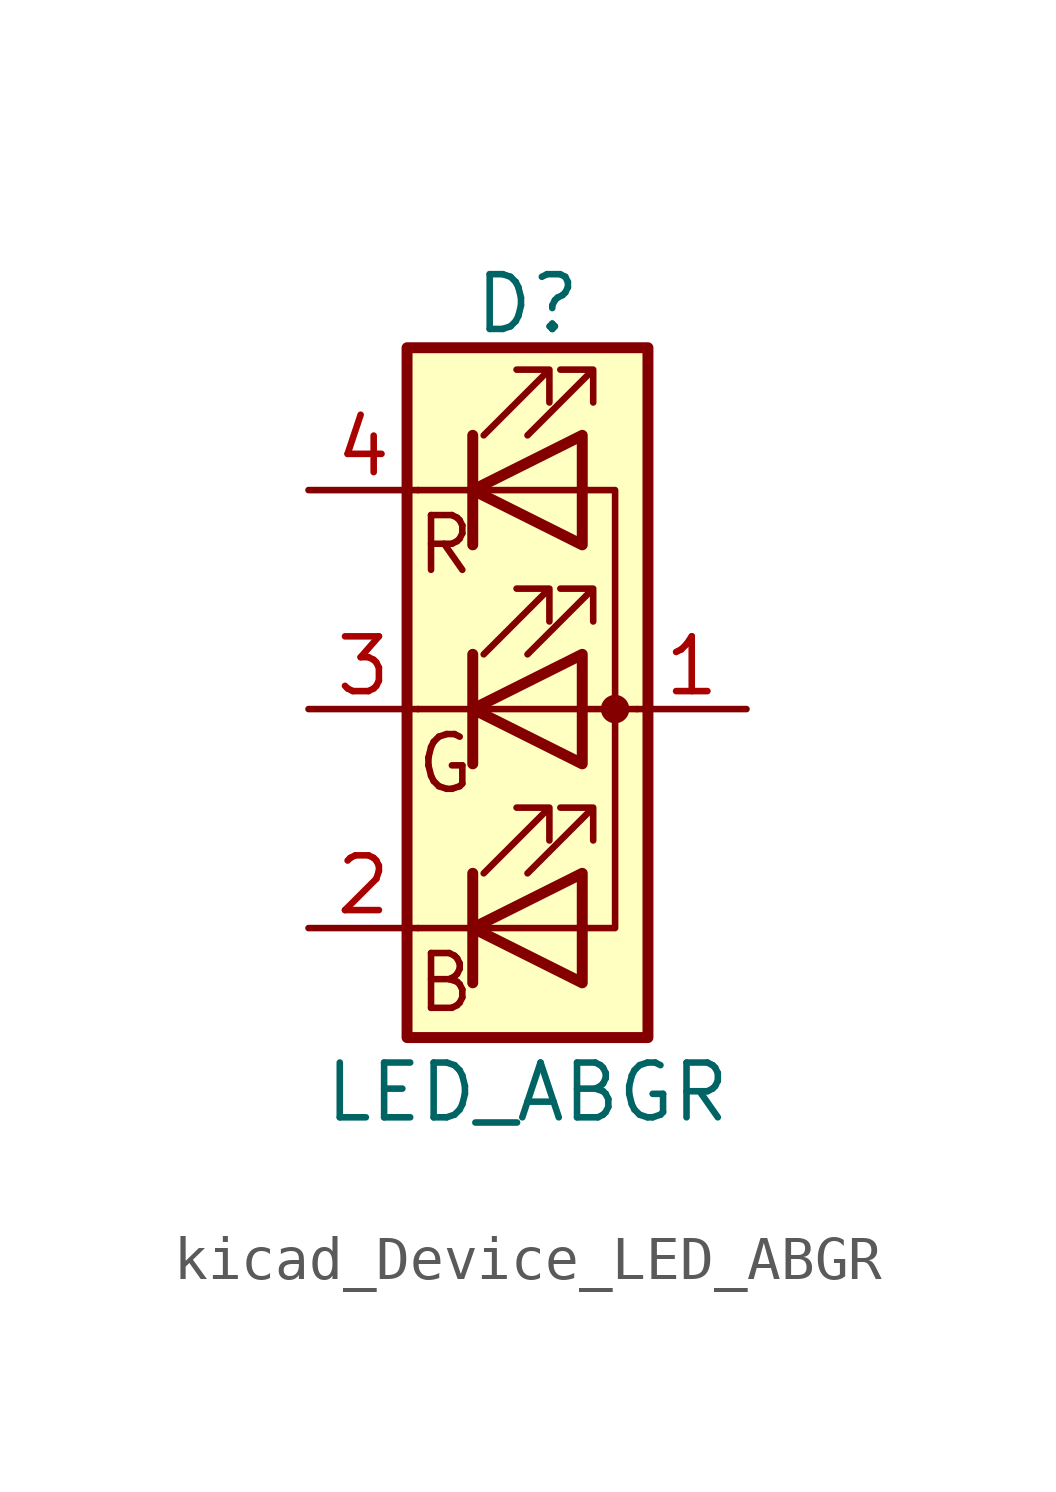
<source format=kicad_sym>
(kicad_symbol_lib
  (version 20220914)
  (generator kicad_symbol_editor)
  (symbol "kicad_Device_LED_ABGR"
    (pin_names
      (offset 0) hide)
    (property "Reference" "D"
      (at 0 9.398 0)
      (effects (font (size 1.27 1.27))))
    (property "Value" "LED_ABGR"
      (at 0 -8.89 0)
      (effects (font (size 1.27 1.27))))
    (symbol "kicad_Device_LED_ABGR_0_0"
      (text "B" (at -1.905 -6.35 0) (effects (font (size 1.27 1.27))))
      (text "G" (at -1.905 -1.27 0) (effects (font (size 1.27 1.27))))
      (text "R" (at -1.905 3.81 0) (effects (font (size 1.27 1.27)))))
    (symbol "kicad_Device_LED_ABGR_0_1"
      (polyline (pts (xy -1.27 -5.08) (xy -2.54 -5.08)) (stroke (width 0) (type default)) (fill (type none)))
      (polyline (pts (xy -1.27 -5.08) (xy 1.27 -5.08)) (stroke (width 0) (type default)) (fill (type none)))
      (polyline (pts (xy -1.27 -3.81) (xy -1.27 -6.35)) (stroke (width 0.254) (type default)) (fill (type none)))
      (polyline (pts (xy -1.27 0) (xy -2.54 0)) (stroke (width 0) (type default)) (fill (type none)))
      (polyline (pts (xy -1.27 1.27) (xy -1.27 -1.27)) (stroke (width 0.254) (type default)) (fill (type none)))
      (polyline (pts (xy -1.27 5.08) (xy -2.54 5.08)) (stroke (width 0) (type default)) (fill (type none)))
      (polyline (pts (xy -1.27 5.08) (xy 1.27 5.08)) (stroke (width 0) (type default)) (fill (type none)))
      (polyline (pts (xy -1.27 6.35) (xy -1.27 3.81)) (stroke (width 0.254) (type default)) (fill (type none)))
      (polyline (pts (xy 1.27 0) (xy -1.27 0)) (stroke (width 0) (type default)) (fill (type none)))
      (polyline (pts (xy 1.27 0) (xy 2.54 0)) (stroke (width 0) (type default)) (fill (type none)))
      (polyline (pts (xy -1.27 1.27) (xy -1.27 -1.27) (xy -1.27 -1.27)) (stroke (width 0) (type default)) (fill (type none)))
      (polyline (pts (xy -1.27 6.35) (xy -1.27 3.81) (xy -1.27 3.81)) (stroke (width 0) (type default)) (fill (type none)))
      (polyline (pts (xy 1.27 -5.08) (xy 2.032 -5.08) (xy 2.032 5.08) (xy 1.27 5.08)) (stroke (width 0) (type default)) (fill (type none)))
      (polyline (pts (xy 1.27 -3.81) (xy 1.27 -6.35) (xy -1.27 -5.08) (xy 1.27 -3.81)) (stroke (width 0.254) (type default)) (fill (type none)))
      (polyline (pts (xy 1.27 1.27) (xy 1.27 -1.27) (xy -1.27 0) (xy 1.27 1.27)) (stroke (width 0.254) (type default)) (fill (type none)))
      (polyline (pts (xy 1.27 6.35) (xy 1.27 3.81) (xy -1.27 5.08) (xy 1.27 6.35)) (stroke (width 0.254) (type default)) (fill (type none)))
      (polyline (pts (xy -1.016 -3.81) (xy 0.508 -2.286) (xy -0.254 -2.286) (xy 0.508 -2.286) (xy 0.508 -3.048)) (stroke (width 0) (type default)) (fill (type none)))
      (polyline (pts (xy -1.016 1.27) (xy 0.508 2.794) (xy -0.254 2.794) (xy 0.508 2.794) (xy 0.508 2.032)) (stroke (width 0) (type default)) (fill (type none)))
      (polyline (pts (xy -1.016 6.35) (xy 0.508 7.874) (xy -0.254 7.874) (xy 0.508 7.874) (xy 0.508 7.112)) (stroke (width 0) (type default)) (fill (type none)))
      (polyline (pts (xy 0 -3.81) (xy 1.524 -2.286) (xy 0.762 -2.286) (xy 1.524 -2.286) (xy 1.524 -3.048)) (stroke (width 0) (type default)) (fill (type none)))
      (polyline (pts (xy 0 1.27) (xy 1.524 2.794) (xy 0.762 2.794) (xy 1.524 2.794) (xy 1.524 2.032)) (stroke (width 0) (type default)) (fill (type none)))
      (polyline (pts (xy 0 6.35) (xy 1.524 7.874) (xy 0.762 7.874) (xy 1.524 7.874) (xy 1.524 7.112)) (stroke (width 0) (type default)) (fill (type none)))
      (rectangle (start 1.27 -1.27) (end 1.27 1.27) (stroke (width 0) (type default)) (fill (type none)))
      (rectangle (start 1.27 1.27) (end 1.27 1.27) (stroke (width 0) (type default)) (fill (type none)))
      (rectangle (start 1.27 3.81) (end 1.27 6.35) (stroke (width 0) (type default)) (fill (type none)))
      (rectangle (start 1.27 6.35) (end 1.27 6.35) (stroke (width 0) (type default)) (fill (type none)))
      (circle (center 2.032 0) (radius 0.254) (stroke (width 0) (type default)) (fill (type outline)))
      (rectangle (start 2.794 8.382) (end -2.794 -7.62) (stroke (width 0.254) (type default)) (fill (type background))))
    (symbol "kicad_Device_LED_ABGR_1_1"
      (pin passive line (at 5.08 0 180) (length 2.54) (name "A" (effects (font (size 1.27 1.27)))) (number "1" (effects (font (size 1.27 1.27)))))
      (pin passive line (at -5.08 -5.08 0) (length 2.54) (name "BK" (effects (font (size 1.27 1.27)))) (number "2" (effects (font (size 1.27 1.27)))))
      (pin passive line (at -5.08 0 0) (length 2.54) (name "GK" (effects (font (size 1.27 1.27)))) (number "3" (effects (font (size 1.27 1.27)))))
      (pin passive line (at -5.08 5.08 0) (length 2.54) (name "RK" (effects (font (size 1.27 1.27)))) (number "4" (effects (font (size 1.27 1.27))))))))
</source>
